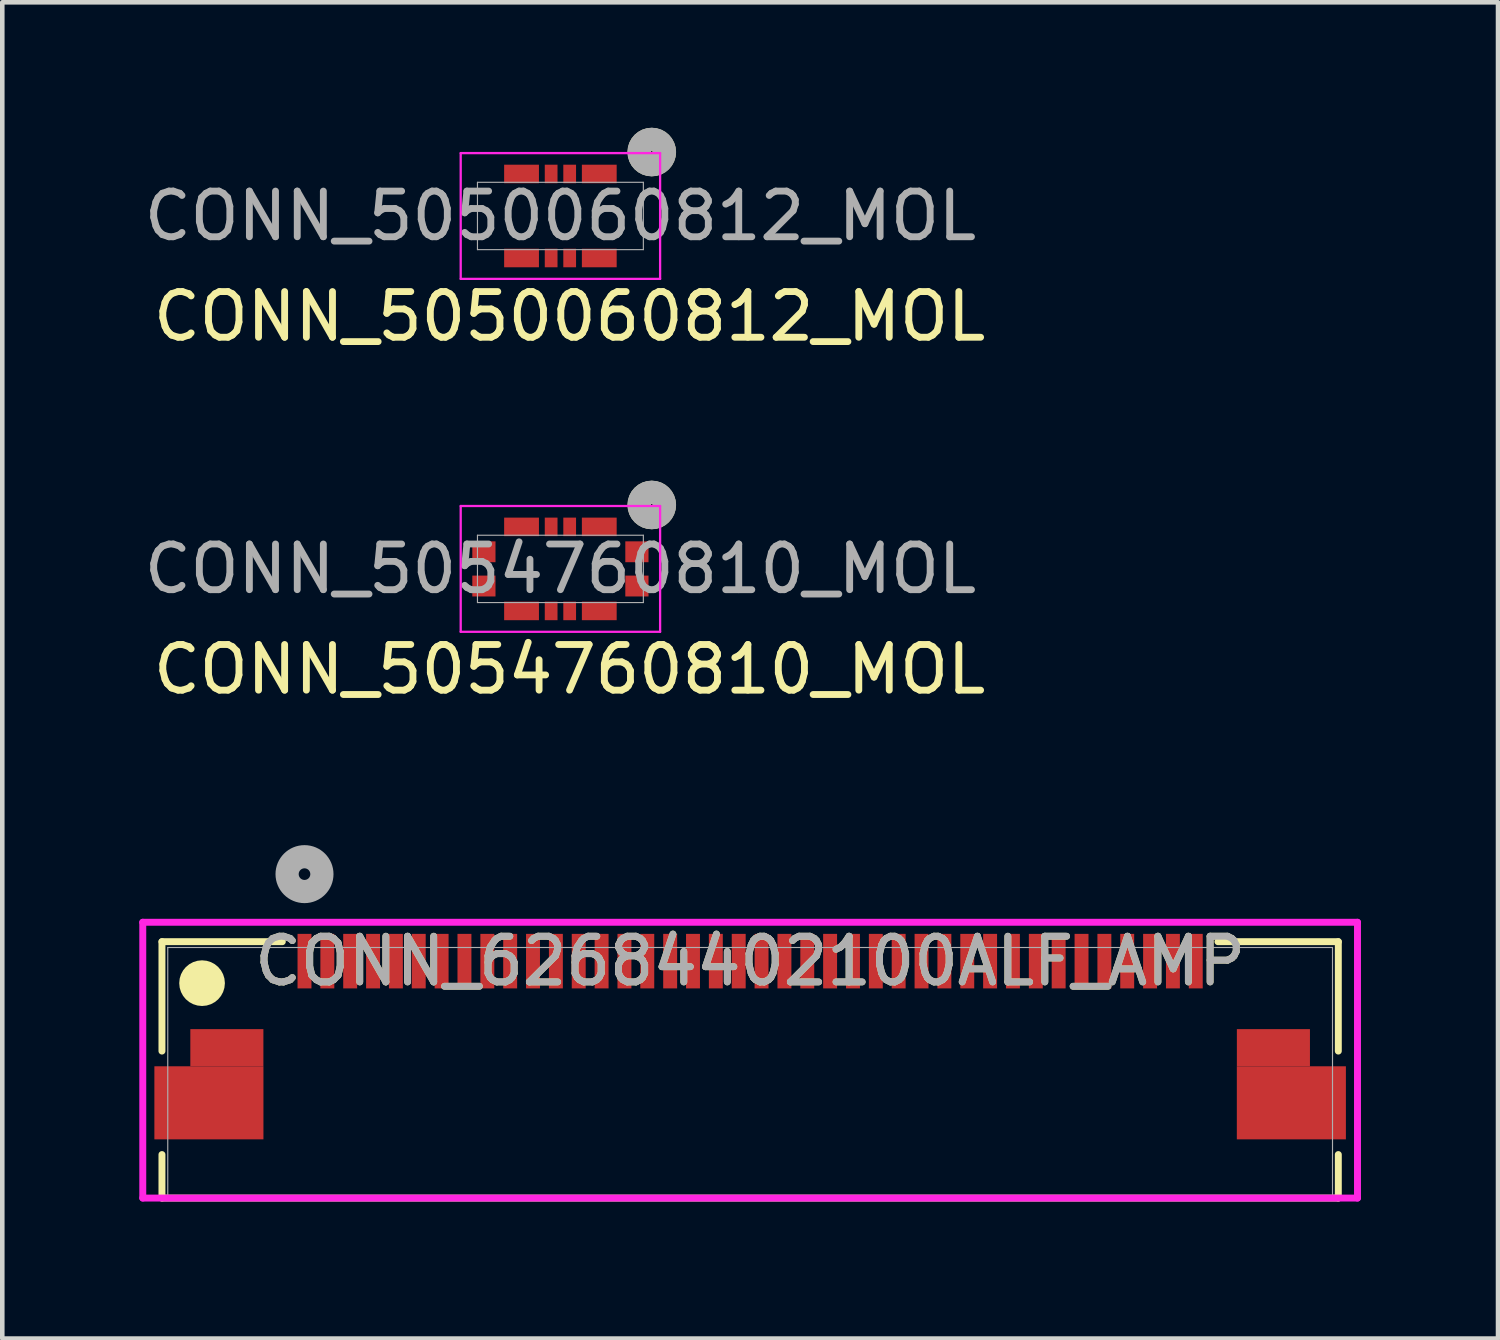
<source format=kicad_pcb>
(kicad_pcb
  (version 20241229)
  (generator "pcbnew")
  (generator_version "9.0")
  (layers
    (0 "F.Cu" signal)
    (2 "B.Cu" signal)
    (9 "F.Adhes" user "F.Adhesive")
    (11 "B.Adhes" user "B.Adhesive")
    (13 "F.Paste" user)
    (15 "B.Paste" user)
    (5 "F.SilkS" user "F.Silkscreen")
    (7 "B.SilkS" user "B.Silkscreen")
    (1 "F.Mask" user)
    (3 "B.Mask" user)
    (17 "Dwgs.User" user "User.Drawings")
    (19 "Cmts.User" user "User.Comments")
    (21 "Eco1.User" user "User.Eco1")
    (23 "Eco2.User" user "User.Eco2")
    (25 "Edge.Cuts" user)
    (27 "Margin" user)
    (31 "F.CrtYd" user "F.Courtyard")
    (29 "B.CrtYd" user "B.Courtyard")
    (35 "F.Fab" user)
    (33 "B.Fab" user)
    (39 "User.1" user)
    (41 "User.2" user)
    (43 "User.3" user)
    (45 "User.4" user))
  (footprint "CONN_5050060812_MOL"
    (layer "F.Cu")
    (at 9.22 1.679)
    (property "Reference" "CONN_5050060812_MOL" (at 0.2 2.2 0) (unlocked yes) (layer "F.SilkS") (effects (font (size 1 1) (thickness 0.15))))
    (attr smd)
    (fp_circle (center 2 -1.4) (end 2.022 -1.4) (stroke (width 0.508) (type solid)) (fill no) (layer "F.SilkS"))
    (fp_line (start -2.183 -1.377) (end -2.183 1.377) (stroke (width 0.05) (type solid)) (layer "F.CrtYd"))
    (fp_line (start -2.183 1.377) (end 2.183 1.377) (stroke (width 0.05) (type solid)) (layer "F.CrtYd"))
    (fp_line (start 2.183 -1.377) (end -2.183 -1.377) (stroke (width 0.05) (type solid)) (layer "F.CrtYd"))
    (fp_line (start 2.183 1.377) (end 2.183 -1.377) (stroke (width 0.05) (type solid)) (layer "F.CrtYd"))
    (fp_line (start -1.816 -0.737) (end -1.816 0.737) (stroke (width 0.025) (type solid)) (layer "F.Fab"))
    (fp_line (start -1.816 0.737) (end 1.816 0.737) (stroke (width 0.025) (type solid)) (layer "F.Fab"))
    (fp_line (start 1.816 -0.737) (end -1.816 -0.737) (stroke (width 0.025) (type solid)) (layer "F.Fab"))
    (fp_line (start 1.816 0.737) (end 1.816 -0.737) (stroke (width 0.025) (type solid)) (layer "F.Fab"))
    (fp_circle (center 2 -1.4) (end 2 -1.375) (stroke (width 0.508) (type solid)) (fill no) (layer "F.Fab"))
    (fp_text user "${REFERENCE}" (at 0 0 0) (unlocked yes) (layer "F.Fab") (effects (font (size 1 1) (thickness 0.15))))
    (pad "1" smd rect (at -0.203 0.92) (size 0.279 0.406) (layers "F.Cu" "F.Mask" "F.Paste"))
    (pad "2" smd rect (at -0.203 -0.92) (size 0.279 0.406) (layers "F.Cu" "F.Mask" "F.Paste"))
    (pad "3" smd rect (at 0.203 0.92) (size 0.279 0.406) (layers "F.Cu" "F.Mask" "F.Paste"))
    (pad "4" smd rect (at 0.203 -0.92) (size 0.279 0.406) (layers "F.Cu" "F.Mask" "F.Paste"))
    (pad "P1" smd rect (at -0.851 0.92) (size 0.762 0.406) (layers "F.Cu" "F.Mask" "F.Paste"))
    (pad "P2" smd rect (at -0.851 -0.92) (size 0.762 0.406) (layers "F.Cu" "F.Mask" "F.Paste"))
    (pad "P3" smd rect (at 0.851 0.92) (size 0.762 0.406) (layers "F.Cu" "F.Mask" "F.Paste"))
    (pad "P4" smd rect (at 0.851 -0.92) (size 0.762 0.406) (layers "F.Cu" "F.Mask" "F.Paste")))
  (footprint "CONN_62684402100ALF_AMP"
    (layer "F.Cu")
    (at 13.374 21.276)
    (property "Reference" "CONN_62684402100ALF_AMP" (at 0 -3.282 0) (unlocked yes) (layer "F.SilkS") (effects (font (size 1 1) (thickness 0.15))))
    (attr smd)
    (fp_poly (pts (xy -13.044 -0.98) (xy -13.044 0.62) (xy -10.657 0.62) (xy -10.657 -1.793) (xy -12.257 -1.793) (xy -12.257 -0.98)) (stroke (width 0) (type solid)) (fill yes) (layer "F.Mask"))
    (fp_poly (pts (xy 10.657 -1.793) (xy 10.657 0.62) (xy 13.044 0.62) (xy 13.044 -0.98) (xy 12.257 -0.98) (xy 12.257 -1.793)) (stroke (width 0) (type solid)) (fill yes) (layer "F.Mask"))
    (fp_line (start -12.878 -3.708) (end -12.878 -1.313) (stroke (width 0.152) (type solid)) (layer "F.SilkS"))
    (fp_line (start -12.878 0.953) (end -12.878 1.905) (stroke (width 0.152) (type solid)) (layer "F.SilkS"))
    (fp_line (start -12.878 1.905) (end 12.878 1.905) (stroke (width 0.152) (type solid)) (layer "F.SilkS"))
    (fp_line (start -10.243 -3.708) (end -12.878 -3.708) (stroke (width 0.152) (type solid)) (layer "F.SilkS"))
    (fp_line (start 12.878 -3.708) (end 10.243 -3.708) (stroke (width 0.152) (type solid)) (layer "F.SilkS"))
    (fp_line (start 12.878 -1.313) (end 12.878 -3.708) (stroke (width 0.152) (type solid)) (layer "F.SilkS"))
    (fp_line (start 12.878 1.905) (end 12.878 0.953) (stroke (width 0.152) (type solid)) (layer "F.SilkS"))
    (fp_circle (center -12 -2.8) (end -11.75 -2.8) (stroke (width 0.5) (type solid)) (fill no) (layer "F.SilkS"))
    (fp_poly (pts (xy -13.044 -0.98) (xy -13.044 0.62) (xy -10.657 0.62) (xy -10.657 -1.793) (xy -12.257 -1.793) (xy -12.257 -0.98)) (stroke (width 0) (type solid)) (fill yes) (layer "F.Paste"))
    (fp_poly (pts (xy 10.657 -1.793) (xy 10.657 0.62) (xy 13.044 0.62) (xy 13.044 -0.98) (xy 12.257 -0.98) (xy 12.257 -1.793)) (stroke (width 0) (type solid)) (fill yes) (layer "F.Paste"))
    (fp_line (start -13.298 -4.133) (end -13.298 1.905) (stroke (width 0.152) (type solid)) (layer "F.CrtYd"))
    (fp_line (start -13.298 1.905) (end 13.298 1.905) (stroke (width 0.152) (type solid)) (layer "F.CrtYd"))
    (fp_line (start 13.298 -4.133) (end -13.298 -4.133) (stroke (width 0.152) (type solid)) (layer "F.CrtYd"))
    (fp_line (start 13.298 1.905) (end 13.298 -4.133) (stroke (width 0.152) (type solid)) (layer "F.CrtYd"))
    (fp_line (start -12.751 -3.581) (end -12.751 1.905) (stroke (width 0.025) (type solid)) (layer "F.Fab"))
    (fp_line (start -12.751 1.905) (end 12.751 1.905) (stroke (width 0.025) (type solid)) (layer "F.Fab"))
    (fp_line (start 12.751 -3.581) (end -12.751 -3.581) (stroke (width 0.025) (type solid)) (layer "F.Fab"))
    (fp_line (start 12.751 1.905) (end 12.751 -3.581) (stroke (width 0.025) (type solid)) (layer "F.Fab"))
    (fp_circle (center -9.757 -5.187) (end -9.376 -5.187) (stroke (width 0.508) (type solid)) (fill no) (layer "F.Fab"))
    (fp_text user "${REFERENCE}" (at 0 -3.282 0) (unlocked yes) (layer "F.Fab") (effects (font (size 1 1) (thickness 0.15))))
    (pad "1" smd rect (at -9.757 -3.282) (size 0.305 1.194) (layers "F.Cu" "F.Mask" "F.Paste"))
    (pad "2" smd rect (at -9.257 -3.282) (size 0.305 1.194) (layers "F.Cu" "F.Mask" "F.Paste"))
    (pad "3" smd rect (at -8.757 -3.282) (size 0.305 1.194) (layers "F.Cu" "F.Mask" "F.Paste"))
    (pad "4" smd rect (at -8.256 -3.282) (size 0.305 1.194) (layers "F.Cu" "F.Mask" "F.Paste"))
    (pad "5" smd rect (at -7.756 -3.282) (size 0.305 1.194) (layers "F.Cu" "F.Mask" "F.Paste"))
    (pad "6" smd rect (at -7.256 -3.282) (size 0.305 1.194) (layers "F.Cu" "F.Mask" "F.Paste"))
    (pad "7" smd rect (at -6.755 -3.282) (size 0.305 1.194) (layers "F.Cu" "F.Mask" "F.Paste"))
    (pad "8" smd rect (at -6.255 -3.282) (size 0.305 1.194) (layers "F.Cu" "F.Mask" "F.Paste"))
    (pad "9" smd rect (at -5.754 -3.282) (size 0.305 1.194) (layers "F.Cu" "F.Mask" "F.Paste"))
    (pad "10" smd rect (at -5.254 -3.282) (size 0.305 1.194) (layers "F.Cu" "F.Mask" "F.Paste"))
    (pad "11" smd rect (at -4.754 -3.282) (size 0.305 1.194) (layers "F.Cu" "F.Mask" "F.Paste"))
    (pad "12" smd rect (at -4.253 -3.282) (size 0.305 1.194) (layers "F.Cu" "F.Mask" "F.Paste"))
    (pad "13" smd rect (at -3.753 -3.282) (size 0.305 1.194) (layers "F.Cu" "F.Mask" "F.Paste"))
    (pad "14" smd rect (at -3.252 -3.282) (size 0.305 1.194) (layers "F.Cu" "F.Mask" "F.Paste"))
    (pad "15" smd rect (at -2.752 -3.282) (size 0.305 1.194) (layers "F.Cu" "F.Mask" "F.Paste"))
    (pad "16" smd rect (at -2.252 -3.282) (size 0.305 1.194) (layers "F.Cu" "F.Mask" "F.Paste"))
    (pad "17" smd rect (at -1.751 -3.282) (size 0.305 1.194) (layers "F.Cu" "F.Mask" "F.Paste"))
    (pad "18" smd rect (at -1.251 -3.282) (size 0.305 1.194) (layers "F.Cu" "F.Mask" "F.Paste"))
    (pad "19" smd rect (at -0.751 -3.282) (size 0.305 1.194) (layers "F.Cu" "F.Mask" "F.Paste"))
    (pad "20" smd rect (at -0.25 -3.282) (size 0.305 1.194) (layers "F.Cu" "F.Mask" "F.Paste"))
    (pad "21" smd rect (at 0.25 -3.282) (size 0.305 1.194) (layers "F.Cu" "F.Mask" "F.Paste"))
    (pad "22" smd rect (at 0.751 -3.282) (size 0.305 1.194) (layers "F.Cu" "F.Mask" "F.Paste"))
    (pad "23" smd rect (at 1.251 -3.282) (size 0.305 1.194) (layers "F.Cu" "F.Mask" "F.Paste"))
    (pad "24" smd rect (at 1.751 -3.282) (size 0.305 1.194) (layers "F.Cu" "F.Mask" "F.Paste"))
    (pad "25" smd rect (at 2.252 -3.282) (size 0.305 1.194) (layers "F.Cu" "F.Mask" "F.Paste"))
    (pad "26" smd rect (at 2.752 -3.282) (size 0.305 1.194) (layers "F.Cu" "F.Mask" "F.Paste"))
    (pad "27" smd rect (at 3.252 -3.282) (size 0.305 1.194) (layers "F.Cu" "F.Mask" "F.Paste"))
    (pad "28" smd rect (at 3.753 -3.282) (size 0.305 1.194) (layers "F.Cu" "F.Mask" "F.Paste"))
    (pad "29" smd rect (at 4.253 -3.282) (size 0.305 1.194) (layers "F.Cu" "F.Mask" "F.Paste"))
    (pad "30" smd rect (at 4.754 -3.282) (size 0.305 1.194) (layers "F.Cu" "F.Mask" "F.Paste"))
    (pad "31" smd rect (at 5.254 -3.282) (size 0.305 1.194) (layers "F.Cu" "F.Mask" "F.Paste"))
    (pad "32" smd rect (at 5.754 -3.282) (size 0.305 1.194) (layers "F.Cu" "F.Mask" "F.Paste"))
    (pad "33" smd rect (at 6.255 -3.282) (size 0.305 1.194) (layers "F.Cu" "F.Mask" "F.Paste"))
    (pad "34" smd rect (at 6.755 -3.282) (size 0.305 1.194) (layers "F.Cu" "F.Mask" "F.Paste"))
    (pad "35" smd rect (at 7.256 -3.282) (size 0.305 1.194) (layers "F.Cu" "F.Mask" "F.Paste"))
    (pad "36" smd rect (at 7.756 -3.282) (size 0.305 1.194) (layers "F.Cu" "F.Mask" "F.Paste"))
    (pad "37" smd rect (at 8.256 -3.282) (size 0.305 1.194) (layers "F.Cu" "F.Mask" "F.Paste"))
    (pad "38" smd rect (at 8.757 -3.282) (size 0.305 1.194) (layers "F.Cu" "F.Mask" "F.Paste"))
    (pad "39" smd rect (at 9.257 -3.282) (size 0.305 1.194) (layers "F.Cu" "F.Mask" "F.Paste"))
    (pad "40" smd rect (at 9.757 -3.282) (size 0.305 1.194) (layers "F.Cu" "F.Mask" "F.Paste"))
    (pad "MP" smd rect (at -11.85 -0.18) (size 2.388 1.6) (layers "F.Cu" "F.Mask" "F.Paste"))
    (pad "MP" smd rect (at -11.457 -1.387) (size 1.6 0.813) (layers "F.Cu" "F.Mask" "F.Paste"))
    (pad "MP" smd rect (at 11.457 -1.387) (size 1.6 0.813) (layers "F.Cu" "F.Mask" "F.Paste"))
    (pad "MP" smd rect (at 11.85 -0.18) (size 2.388 1.6) (layers "F.Cu" "F.Mask" "F.Paste")))
  (footprint "CONN_5054760810_MOL"
    (layer "F.Cu")
    (at 9.22 9.406)
    (property "Reference" "CONN_5054760810_MOL" (at 0.2 2.2 0) (unlocked yes) (layer "F.SilkS") (effects (font (size 1 1) (thickness 0.15))))
    (attr smd)
    (fp_circle (center 2 -1.4) (end 2.022 -1.4) (stroke (width 0.508) (type solid)) (fill no) (layer "F.SilkS"))
    (fp_line (start -2.183 -1.377) (end -2.183 1.377) (stroke (width 0.05) (type solid)) (layer "F.CrtYd"))
    (fp_line (start -2.183 1.377) (end 2.183 1.377) (stroke (width 0.05) (type solid)) (layer "F.CrtYd"))
    (fp_line (start 2.183 -1.377) (end -2.183 -1.377) (stroke (width 0.05) (type solid)) (layer "F.CrtYd"))
    (fp_line (start 2.183 1.377) (end 2.183 -1.377) (stroke (width 0.05) (type solid)) (layer "F.CrtYd"))
    (fp_line (start -1.816 -0.737) (end -1.816 0.737) (stroke (width 0.025) (type solid)) (layer "F.Fab"))
    (fp_line (start -1.816 0.737) (end 1.816 0.737) (stroke (width 0.025) (type solid)) (layer "F.Fab"))
    (fp_line (start 1.816 -0.737) (end -1.816 -0.737) (stroke (width 0.025) (type solid)) (layer "F.Fab"))
    (fp_line (start 1.816 0.737) (end 1.816 -0.737) (stroke (width 0.025) (type solid)) (layer "F.Fab"))
    (fp_circle (center 2 -1.4) (end 2 -1.375) (stroke (width 0.508) (type solid)) (fill no) (layer "F.Fab"))
    (fp_text user "${REFERENCE}" (at 0 0 0) (unlocked yes) (layer "F.Fab") (effects (font (size 1 1) (thickness 0.15))))
    (pad "1" smd rect (at -0.203 0.92) (size 0.279 0.406) (layers "F.Cu" "F.Mask" "F.Paste"))
    (pad "2" smd rect (at -0.203 -0.92) (size 0.279 0.406) (layers "F.Cu" "F.Mask" "F.Paste"))
    (pad "3" smd rect (at 0.203 0.92) (size 0.279 0.406) (layers "F.Cu" "F.Mask" "F.Paste"))
    (pad "4" smd rect (at 0.203 -0.92) (size 0.279 0.406) (layers "F.Cu" "F.Mask" "F.Paste"))
    (pad "MP" smd rect (at -1.675 0.375) (size 0.508 0.457) (layers "F.Cu" "F.Mask" "F.Paste"))
    (pad "MP" smd rect (at -1.675 -0.375) (size 0.508 0.457) (layers "F.Cu" "F.Mask" "F.Paste"))
    (pad "MP" smd rect (at 1.675 -0.375) (size 0.508 0.457) (layers "F.Cu" "F.Mask" "F.Paste"))
    (pad "MP" smd rect (at 1.675 0.375) (size 0.508 0.457) (layers "F.Cu" "F.Mask" "F.Paste"))
    (pad "P1" smd rect (at -0.851 0.92) (size 0.762 0.406) (layers "F.Cu" "F.Mask" "F.Paste"))
    (pad "P2" smd rect (at -0.851 -0.92) (size 0.762 0.406) (layers "F.Cu" "F.Mask" "F.Paste"))
    (pad "P3" smd rect (at 0.851 0.92) (size 0.762 0.406) (layers "F.Cu" "F.Mask" "F.Paste"))
    (pad "P4" smd rect (at 0.851 -0.92) (size 0.762 0.406) (layers "F.Cu" "F.Mask" "F.Paste")))
  (gr_rect
    (start -3 -3)
    (end 29.749 26.257)
    (stroke (width 0.1) (type default))
    (fill no)
    (layer "Edge.Cuts")))
</source>
